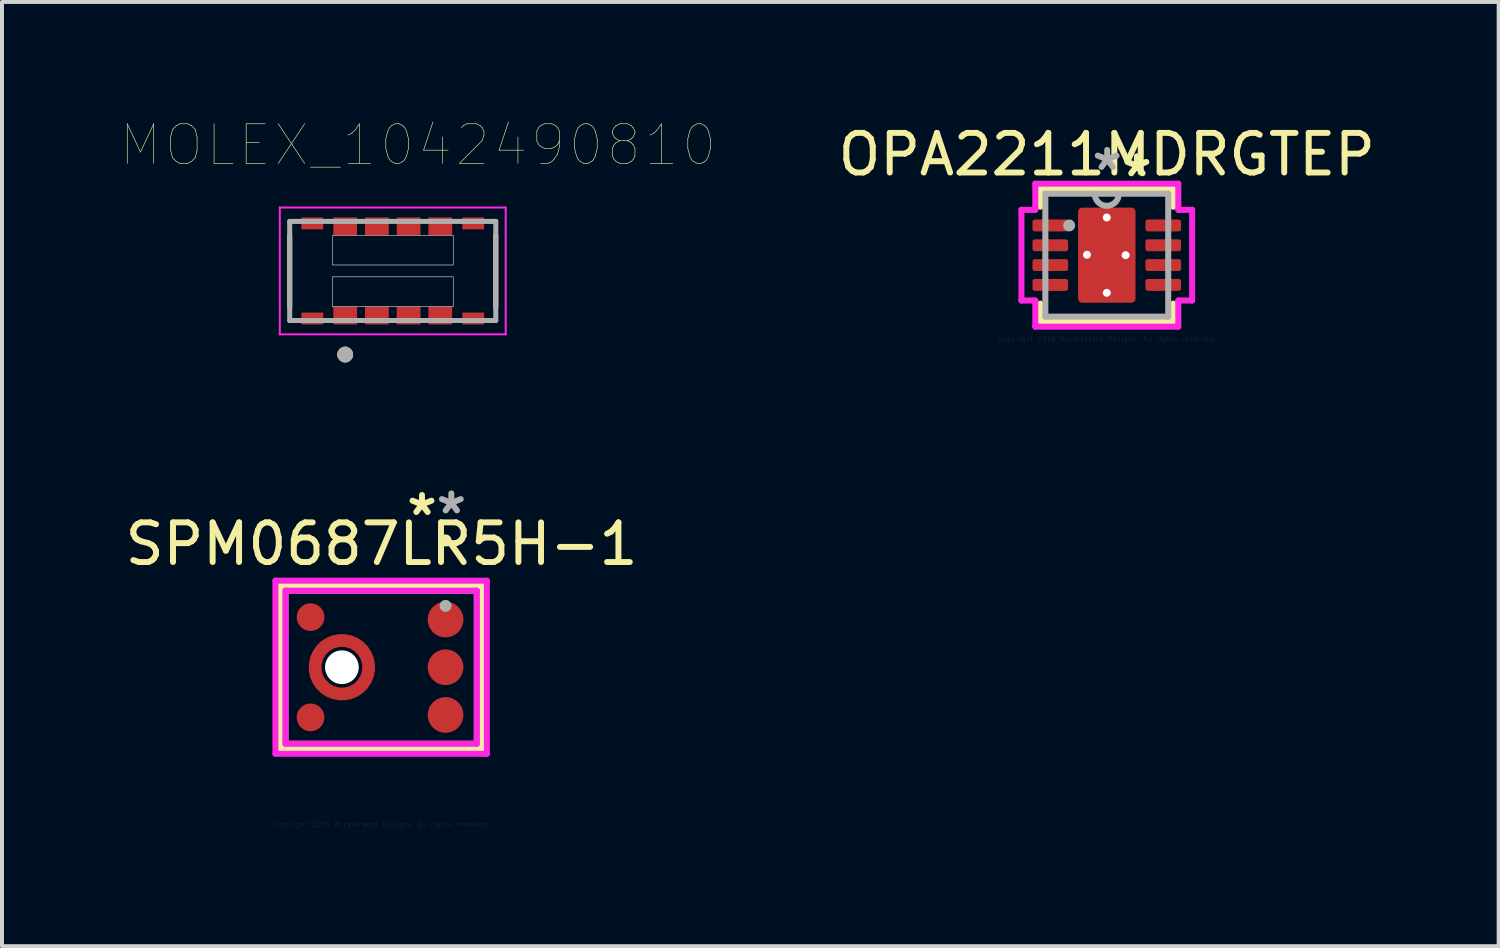
<source format=kicad_pcb>
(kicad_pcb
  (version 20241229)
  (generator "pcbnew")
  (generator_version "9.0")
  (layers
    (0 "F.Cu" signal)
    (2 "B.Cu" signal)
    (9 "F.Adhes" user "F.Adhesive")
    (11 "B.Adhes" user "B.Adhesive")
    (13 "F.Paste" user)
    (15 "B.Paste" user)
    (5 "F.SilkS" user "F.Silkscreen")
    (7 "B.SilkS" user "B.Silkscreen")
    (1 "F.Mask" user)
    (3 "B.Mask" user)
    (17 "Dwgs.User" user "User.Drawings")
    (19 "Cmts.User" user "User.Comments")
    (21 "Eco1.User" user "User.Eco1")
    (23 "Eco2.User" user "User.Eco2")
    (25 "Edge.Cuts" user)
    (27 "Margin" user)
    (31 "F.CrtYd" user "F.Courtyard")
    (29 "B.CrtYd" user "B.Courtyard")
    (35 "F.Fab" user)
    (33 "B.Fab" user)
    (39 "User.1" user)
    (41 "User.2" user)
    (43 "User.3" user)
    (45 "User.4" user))
  (footprint "MOLEX_1042490810"
    (layer "F.Cu")
    (at 6.859 3.786)
    (property "Reference" "MOLEX_1042490810" (at 0.635 -3.175 0) (layer "F.SilkS") (effects (font (size 1 1) (thickness 0.015))))
    (attr through_hole)
    (fp_poly (pts (xy -1.5 -1.35) (xy -0.9 -1.35) (xy -0.9 -0.9) (xy -1.5 -0.9)) (stroke (width 0.01) (type solid)) (fill yes) (layer "F.Mask"))
    (fp_poly (pts (xy -1.5 0.9) (xy -0.9 0.9) (xy -0.9 1.35) (xy -1.5 1.35)) (stroke (width 0.01) (type solid)) (fill yes) (layer "F.Mask"))
    (fp_poly (pts (xy -0.7 -1.35) (xy -0.1 -1.35) (xy -0.1 -0.9) (xy -0.7 -0.9)) (stroke (width 0.01) (type solid)) (fill yes) (layer "F.Mask"))
    (fp_poly (pts (xy -0.7 0.9) (xy -0.1 0.9) (xy -0.1 1.35) (xy -0.7 1.35)) (stroke (width 0.01) (type solid)) (fill yes) (layer "F.Mask"))
    (fp_poly (pts (xy 0.1 -1.35) (xy 0.7 -1.35) (xy 0.7 -0.9) (xy 0.1 -0.9)) (stroke (width 0.01) (type solid)) (fill yes) (layer "F.Mask"))
    (fp_poly (pts (xy 0.1 0.9) (xy 0.7 0.9) (xy 0.7 1.35) (xy 0.1 1.35)) (stroke (width 0.01) (type solid)) (fill yes) (layer "F.Mask"))
    (fp_poly (pts (xy 0.9 -1.35) (xy 1.5 -1.35) (xy 1.5 -0.9) (xy 0.9 -0.9)) (stroke (width 0.01) (type solid)) (fill yes) (layer "F.Mask"))
    (fp_poly (pts (xy 0.9 0.9) (xy 1.5 0.9) (xy 1.5 1.35) (xy 0.9 1.35)) (stroke (width 0.01) (type solid)) (fill yes) (layer "F.Mask"))
    (fp_line (start -2.6 -0.9) (end -2.6 0.9) (stroke (width 0.127) (type solid)) (layer "F.SilkS"))
    (fp_line (start 2.6 -0.9) (end 2.6 0.9) (stroke (width 0.127) (type solid)) (layer "F.SilkS"))
    (fp_circle (center -1.2 2.11) (end -1.1 2.11) (stroke (width 0.2) (type solid)) (fill no) (layer "F.SilkS"))
    (fp_poly (pts (xy -2.25 -1.32) (xy -1.81 -1.32) (xy -1.81 -1.08) (xy -2.25 -1.08)) (stroke (width 0.01) (type solid)) (fill yes) (layer "F.Paste"))
    (fp_poly (pts (xy -2.25 1.08) (xy -1.81 1.08) (xy -1.81 1.32) (xy -2.25 1.32)) (stroke (width 0.01) (type solid)) (fill yes) (layer "F.Paste"))
    (fp_poly (pts (xy -1.44 -1.305) (xy -0.96 -1.305) (xy -0.96 -0.945) (xy -1.44 -0.945)) (stroke (width 0.01) (type solid)) (fill yes) (layer "F.Paste"))
    (fp_poly (pts (xy -1.44 0.945) (xy -0.96 0.945) (xy -0.96 1.305) (xy -1.44 1.305)) (stroke (width 0.01) (type solid)) (fill yes) (layer "F.Paste"))
    (fp_poly (pts (xy -0.64 -1.305) (xy -0.16 -1.305) (xy -0.16 -0.945) (xy -0.64 -0.945)) (stroke (width 0.01) (type solid)) (fill yes) (layer "F.Paste"))
    (fp_poly (pts (xy -0.64 0.945) (xy -0.16 0.945) (xy -0.16 1.305) (xy -0.64 1.305)) (stroke (width 0.01) (type solid)) (fill yes) (layer "F.Paste"))
    (fp_poly (pts (xy 0.16 -1.305) (xy 0.64 -1.305) (xy 0.64 -0.945) (xy 0.16 -0.945)) (stroke (width 0.01) (type solid)) (fill yes) (layer "F.Paste"))
    (fp_poly (pts (xy 0.16 0.945) (xy 0.64 0.945) (xy 0.64 1.305) (xy 0.16 1.305)) (stroke (width 0.01) (type solid)) (fill yes) (layer "F.Paste"))
    (fp_poly (pts (xy 0.96 -1.305) (xy 1.44 -1.305) (xy 1.44 -0.945) (xy 0.96 -0.945)) (stroke (width 0.01) (type solid)) (fill yes) (layer "F.Paste"))
    (fp_poly (pts (xy 0.96 0.945) (xy 1.44 0.945) (xy 1.44 1.305) (xy 0.96 1.305)) (stroke (width 0.01) (type solid)) (fill yes) (layer "F.Paste"))
    (fp_poly (pts (xy 1.81 -1.32) (xy 2.25 -1.32) (xy 2.25 -1.08) (xy 1.81 -1.08)) (stroke (width 0.01) (type solid)) (fill yes) (layer "F.Paste"))
    (fp_poly (pts (xy 1.81 1.08) (xy 2.25 1.08) (xy 2.25 1.32) (xy 1.81 1.32)) (stroke (width 0.01) (type solid)) (fill yes) (layer "F.Paste"))
    (fp_poly (pts (xy -1.525 -0.9) (xy 1.525 -0.9) (xy 1.525 -0.15) (xy -1.525 -0.15)) (stroke (width 0.01) (type solid)) (fill no) (layer "Dwgs.User"))
    (fp_poly (pts (xy -1.525 -0.9) (xy 1.525 -0.9) (xy 1.525 -0.15) (xy -1.525 -0.15)) (stroke (width 0.01) (type solid)) (fill no) (layer "Dwgs.User"))
    (fp_poly (pts (xy -1.525 0.15) (xy 1.525 0.15) (xy 1.525 0.9) (xy -1.525 0.9)) (stroke (width 0.01) (type solid)) (fill no) (layer "Dwgs.User"))
    (fp_poly (pts (xy -1.525 0.15) (xy 1.525 0.15) (xy 1.525 0.9) (xy -1.525 0.9)) (stroke (width 0.01) (type solid)) (fill no) (layer "Dwgs.User"))
    (fp_line (start -2.85 -1.6) (end 2.85 -1.6) (stroke (width 0.05) (type solid)) (layer "F.CrtYd"))
    (fp_line (start -2.85 1.6) (end -2.85 -1.6) (stroke (width 0.05) (type solid)) (layer "F.CrtYd"))
    (fp_line (start 2.85 -1.6) (end 2.85 1.6) (stroke (width 0.05) (type solid)) (layer "F.CrtYd"))
    (fp_line (start 2.85 1.6) (end -2.85 1.6) (stroke (width 0.05) (type solid)) (layer "F.CrtYd"))
    (fp_line (start -2.6 -1.25) (end 2.6 -1.25) (stroke (width 0.127) (type solid)) (layer "F.Fab"))
    (fp_line (start -2.6 1.25) (end -2.6 -1.25) (stroke (width 0.127) (type solid)) (layer "F.Fab"))
    (fp_line (start 2.6 -1.25) (end 2.6 1.25) (stroke (width 0.127) (type solid)) (layer "F.Fab"))
    (fp_line (start 2.6 1.25) (end -2.6 1.25) (stroke (width 0.127) (type solid)) (layer "F.Fab"))
    (fp_circle (center -1.2 2.11) (end -1.1 2.11) (stroke (width 0.2) (type solid)) (fill no) (layer "F.Fab"))
    (pad "1" smd rect (at -1.2 1.125) (size 0.6 0.45) (layers "F.Cu"))
    (pad "2" smd rect (at -1.2 -1.125) (size 0.6 0.45) (layers "F.Cu"))
    (pad "3" smd rect (at -0.4 1.125) (size 0.6 0.45) (layers "F.Cu"))
    (pad "4" smd rect (at -0.4 -1.125) (size 0.6 0.45) (layers "F.Cu"))
    (pad "5" smd rect (at 0.4 1.125) (size 0.6 0.45) (layers "F.Cu"))
    (pad "6" smd rect (at 0.4 -1.125) (size 0.6 0.45) (layers "F.Cu"))
    (pad "7" smd rect (at 1.2 1.125) (size 0.6 0.45) (layers "F.Cu"))
    (pad "8" smd rect (at 1.2 -1.125) (size 0.6 0.45) (layers "F.Cu"))
    (pad "S1" smd rect (at -2.03 -1.2) (size 0.55 0.3) (layers "F.Cu" "F.Mask"))
    (pad "S2" smd rect (at 2.03 -1.2) (size 0.55 0.3) (layers "F.Cu" "F.Mask"))
    (pad "S3" smd rect (at 2.03 1.2) (size 0.55 0.3) (layers "F.Cu" "F.Mask"))
    (pad "S4" smd rect (at -2.03 1.2) (size 0.55 0.3) (layers "F.Cu" "F.Mask")))
  (footprint "SPM0687LR5H-1"
    (layer "F.Cu")
    (at 6.567 13.785)
    (property "Reference" "SPM0687LR5H-1" (at 0.01 -3.11 0) (layer "F.SilkS") (effects (font (size 1 1) (thickness 0.15))))
    (attr through_hole)
    (fp_line (start -2.54 -2.057) (end -2.54 2.057) (stroke (width 0.152) (type solid)) (layer "F.SilkS"))
    (fp_line (start -2.54 2.057) (end 2.54 2.057) (stroke (width 0.152) (type solid)) (layer "F.SilkS"))
    (fp_line (start 2.54 -2.057) (end -2.54 -2.057) (stroke (width 0.152) (type solid)) (layer "F.SilkS"))
    (fp_line (start 2.54 2.057) (end 2.54 -2.057) (stroke (width 0.152) (type solid)) (layer "F.SilkS"))
    (fp_circle (center 1.625 -3.2) (end 1.701 -3.2) (stroke (width 0.152) (type solid)) (fill no) (layer "F.SilkS"))
    (fp_arc (start -1.627234 -0.221872) (mid -1.473857 -0.469968) (end -1.23 -0.63) (stroke (width 0.3) (type solid)) (layer "F.Paste"))
    (fp_arc (start -1.211463 0.636111) (mid -1.459639 0.483341) (end -1.62 0.24) (stroke (width 0.3) (type solid)) (layer "F.Paste"))
    (fp_arc (start -0.769252 -0.637643) (mid -0.520548 -0.484186) (end -0.36 -0.24) (stroke (width 0.3) (type solid)) (layer "F.Paste"))
    (fp_arc (start -0.35348 0.220339) (mid -0.50633 0.469123) (end -0.75 0.63) (stroke (width 0.3) (type solid)) (layer "F.Paste"))
    (fp_line (start -2.667 -2.184) (end 2.667 -2.184) (stroke (width 0.152) (type solid)) (layer "F.CrtYd"))
    (fp_line (start -2.667 2.184) (end -2.667 -2.184) (stroke (width 0.152) (type solid)) (layer "F.CrtYd"))
    (fp_line (start -2.413 -1.93) (end 2.413 -1.93) (stroke (width 0.152) (type solid)) (layer "F.CrtYd"))
    (fp_line (start -2.413 1.93) (end -2.413 -1.93) (stroke (width 0.152) (type solid)) (layer "F.CrtYd"))
    (fp_line (start 2.413 -1.93) (end 2.413 1.93) (stroke (width 0.152) (type solid)) (layer "F.CrtYd"))
    (fp_line (start 2.413 1.93) (end -2.413 1.93) (stroke (width 0.152) (type solid)) (layer "F.CrtYd"))
    (fp_line (start 2.667 -2.184) (end 2.667 2.184) (stroke (width 0.152) (type solid)) (layer "F.CrtYd"))
    (fp_line (start 2.667 2.184) (end -2.667 2.184) (stroke (width 0.152) (type solid)) (layer "F.CrtYd"))
    (fp_line (start -2.413 -1.93) (end -2.413 1.93) (stroke (width 0.152) (type solid)) (layer "F.Fab"))
    (fp_line (start -2.413 1.93) (end 2.413 1.93) (stroke (width 0.152) (type solid)) (layer "F.Fab"))
    (fp_line (start 2.413 -1.93) (end -2.413 -1.93) (stroke (width 0.152) (type solid)) (layer "F.Fab"))
    (fp_line (start 2.413 1.93) (end 2.413 -1.93) (stroke (width 0.152) (type solid)) (layer "F.Fab"))
    (fp_circle (center 1.625 -1.549) (end 1.701 -1.549) (stroke (width 0.152) (type solid)) (fill no) (layer "F.Fab"))
    (fp_text user "*" (at 1.03 -3.8 0) (layer "F.SilkS") (effects (font (size 1 1) (thickness 0.15))))
    (fp_text user "Copyright 2016 Accelerated Designs. All rights reserved." (at 0 3.96 0) (layer "Cmts.User") (effects (font (size 0.127 0.127) (thickness 0.002))))
    (fp_text user "*" (at 1.77 -3.84 0) (layer "F.Fab") (effects (font (size 1 1) (thickness 0.15))))
    (pad "" smd circle (at -1.781 -1.265) (size 0.6 0.6) (layers "F.Paste"))
    (pad "" smd circle (at -1.781 1.265) (size 0.6 0.6) (layers "F.Paste"))
    (pad "" np_thru_hole circle (at -0.991 0) (size 0.85 0.85) (drill 0.85) (layers "*.Cu" "*.Mask"))
    (pad "" smd circle (at 1.625 -1.204) (size 0.8 0.8) (layers "F.Paste"))
    (pad "" smd circle (at 1.625 0) (size 0.8 0.8) (layers "F.Paste"))
    (pad "" smd circle (at 1.625 1.204) (size 0.8 0.8) (layers "F.Paste"))
    (pad "1" smd circle (at 1.625 -1.204) (size 0.9 0.9) (layers "F.Cu" "F.Mask"))
    (pad "2" smd circle (at -1.781 -1.265) (size 0.7 0.7) (layers "F.Cu" "F.Mask"))
    (pad "3" smd custom (at -0.316 0) (size 0.1 0.1) (layers "F.Cu" "F.Mask") (options (anchor circle)) (primitives (gr_circle (center -0.675 0) (end 0 0) (width 0.326) (fill no))))
    (pad "4" smd circle (at -1.781 1.265) (size 0.7 0.7) (layers "F.Cu" "F.Mask"))
    (pad "5" smd circle (at 1.625 1.204) (size 0.9 0.9) (layers "F.Cu" "F.Mask"))
    (pad "6" smd circle (at 1.625 0) (size 0.9 0.9) (layers "F.Cu" "F.Mask")))
  (footprint "OPA2211MDRGTEP"
    (layer "F.Cu")
    (at 24.875 3.388)
    (property "Reference" "OPA2211MDRGTEP" (at 0 -2.54 0) (layer "F.SilkS") (effects (font (size 1 1) (thickness 0.15))))
    (attr through_hole)
    (fp_line (start -1.677 -1.677) (end -1.677 -1.223) (stroke (width 0.152) (type solid)) (layer "F.SilkS"))
    (fp_line (start -1.677 1.223) (end -1.677 1.677) (stroke (width 0.152) (type solid)) (layer "F.SilkS"))
    (fp_line (start -1.677 1.677) (end 1.677 1.677) (stroke (width 0.152) (type solid)) (layer "F.SilkS"))
    (fp_line (start 1.677 -1.677) (end -1.677 -1.677) (stroke (width 0.152) (type solid)) (layer "F.SilkS"))
    (fp_line (start 1.677 -1.223) (end 1.677 -1.677) (stroke (width 0.152) (type solid)) (layer "F.SilkS"))
    (fp_line (start 1.677 1.677) (end 1.677 1.223) (stroke (width 0.152) (type solid)) (layer "F.SilkS"))
    (fp_line (start -2.154 -1.144) (end -1.804 -1.144) (stroke (width 0.152) (type solid)) (layer "F.CrtYd"))
    (fp_line (start -2.154 1.144) (end -2.154 -1.144) (stroke (width 0.152) (type solid)) (layer "F.CrtYd"))
    (fp_line (start -1.804 -1.804) (end 1.804 -1.804) (stroke (width 0.152) (type solid)) (layer "F.CrtYd"))
    (fp_line (start -1.804 -1.144) (end -1.804 -1.804) (stroke (width 0.152) (type solid)) (layer "F.CrtYd"))
    (fp_line (start -1.804 1.144) (end -2.154 1.144) (stroke (width 0.152) (type solid)) (layer "F.CrtYd"))
    (fp_line (start -1.804 1.804) (end -1.804 1.144) (stroke (width 0.152) (type solid)) (layer "F.CrtYd"))
    (fp_line (start 1.804 -1.804) (end 1.804 -1.144) (stroke (width 0.152) (type solid)) (layer "F.CrtYd"))
    (fp_line (start 1.804 -1.144) (end 2.154 -1.144) (stroke (width 0.152) (type solid)) (layer "F.CrtYd"))
    (fp_line (start 1.804 1.144) (end 1.804 1.804) (stroke (width 0.152) (type solid)) (layer "F.CrtYd"))
    (fp_line (start 1.804 1.804) (end -1.804 1.804) (stroke (width 0.152) (type solid)) (layer "F.CrtYd"))
    (fp_line (start 2.154 -1.144) (end 2.154 1.144) (stroke (width 0.152) (type solid)) (layer "F.CrtYd"))
    (fp_line (start 2.154 1.144) (end 1.804 1.144) (stroke (width 0.152) (type solid)) (layer "F.CrtYd"))
    (fp_line (start -1.55 -1.55) (end -1.55 1.55) (stroke (width 0.152) (type solid)) (layer "F.Fab"))
    (fp_line (start -1.55 1.55) (end 1.55 1.55) (stroke (width 0.152) (type solid)) (layer "F.Fab"))
    (fp_line (start 1.55 -1.55) (end -1.55 -1.55) (stroke (width 0.152) (type solid)) (layer "F.Fab"))
    (fp_line (start 1.55 1.55) (end 1.55 -1.55) (stroke (width 0.152) (type solid)) (layer "F.Fab"))
    (fp_arc (start 0.3048 -1.549999) (mid 0 -1.245199) (end -0.3048 -1.549999) (stroke (width 0.1524) (type solid)) (layer "F.Fab"))
    (fp_circle (center -0.95 -0.75) (end -0.874 -0.75) (stroke (width 0.152) (type solid)) (fill no) (layer "F.Fab"))
    (fp_text user "*" (at 0.76 -1.95 0) (layer "F.SilkS") (effects (font (size 1 1) (thickness 0.15))))
    (fp_text user "Copyright 2016 Accelerated Designs. All rights reserved." (at 0 2.11 0) (layer "Cmts.User") (effects (font (size 0.127 0.127) (thickness 0.002))))
    (fp_text user "*" (at 0.01 -2.11 0) (layer "F.Fab") (effects (font (size 1 1) (thickness 0.15))))
    (pad "" smd roundrect (at -1.425 -0.75) (size 0.85 0.23) (layers "F.Paste") (roundrect_rratio 0.2))
    (pad "" smd roundrect (at -1.425 -0.75) (size 1 0.4) (layers "F.Mask") (roundrect_rratio 0.2))
    (pad "" smd roundrect (at -1.425 -0.25) (size 0.85 0.23) (layers "F.Paste") (roundrect_rratio 0.2))
    (pad "" smd roundrect (at -1.425 -0.25) (size 1 0.4) (layers "F.Mask") (roundrect_rratio 0.2))
    (pad "" smd roundrect (at -1.425 0.25) (size 0.85 0.23) (layers "F.Paste") (roundrect_rratio 0.2))
    (pad "" smd roundrect (at -1.425 0.25) (size 1 0.4) (layers "F.Mask") (roundrect_rratio 0.2))
    (pad "" smd roundrect (at -1.425 0.75) (size 0.85 0.23) (layers "F.Paste") (roundrect_rratio 0.2))
    (pad "" smd roundrect (at -1.425 0.75) (size 1 0.4) (layers "F.Mask") (roundrect_rratio 0.2))
    (pad "" np_thru_hole circle (at -0.5 -0.01) (size 0.2 0.2) (drill 0.2) (layers "*.Cu" "*.Mask"))
    (pad "" np_thru_hole circle (at 0 -0.95) (size 0.2 0.2) (drill 0.2) (layers "*.Cu" "*.Mask"))
    (pad "" smd roundrect (at 0 -0.635 90) (size 1.07 1.47) (layers "F.Paste") (roundrect_rratio 0.07))
    (pad "" smd roundrect (at 0 0.635 90) (size 1.07 1.47) (layers "F.Paste") (roundrect_rratio 0.07))
    (pad "" np_thru_hole circle (at 0 0.95) (size 0.2 0.2) (drill 0.2) (layers "*.Cu" "*.Mask"))
    (pad "" np_thru_hole circle (at 0.475 0) (size 0.2 0.2) (drill 0.2) (layers "*.Cu" "*.Mask"))
    (pad "" smd roundrect (at 1.425 -0.75) (size 0.85 0.23) (layers "F.Paste") (roundrect_rratio 0.2))
    (pad "" smd roundrect (at 1.425 -0.75) (size 1 0.4) (layers "F.Mask") (roundrect_rratio 0.2))
    (pad "" smd roundrect (at 1.425 -0.25) (size 0.85 0.23) (layers "F.Paste") (roundrect_rratio 0.2))
    (pad "" smd roundrect (at 1.425 -0.25) (size 1 0.4) (layers "F.Mask") (roundrect_rratio 0.2))
    (pad "" smd roundrect (at 1.425 0.25) (size 0.85 0.23) (layers "F.Paste") (roundrect_rratio 0.2))
    (pad "" smd roundrect (at 1.425 0.25) (size 1 0.4) (layers "F.Mask") (roundrect_rratio 0.2))
    (pad "" smd roundrect (at 1.425 0.75) (size 0.85 0.23) (layers "F.Paste") (roundrect_rratio 0.2))
    (pad "" smd roundrect (at 1.425 0.75) (size 1 0.4) (layers "F.Mask") (roundrect_rratio 0.2))
    (pad "1" smd roundrect (at -1.425 -0.75) (size 0.9 0.3) (layers "F.Cu") (roundrect_rratio 0.2))
    (pad "2" smd roundrect (at -1.425 -0.25) (size 0.9 0.3) (layers "F.Cu") (roundrect_rratio 0.2))
    (pad "3" smd roundrect (at -1.425 0.25) (size 0.9 0.3) (layers "F.Cu") (roundrect_rratio 0.2))
    (pad "4" smd roundrect (at -1.425 0.75) (size 0.9 0.3) (layers "F.Cu") (roundrect_rratio 0.2))
    (pad "5" smd roundrect (at 1.425 0.75) (size 0.9 0.3) (layers "F.Cu") (roundrect_rratio 0.2))
    (pad "6" smd roundrect (at 1.425 0.25) (size 0.9 0.3) (layers "F.Cu") (roundrect_rratio 0.2))
    (pad "7" smd roundrect (at 1.425 -0.25) (size 0.9 0.3) (layers "F.Cu") (roundrect_rratio 0.2))
    (pad "8" smd roundrect (at 1.425 -0.75) (size 0.9 0.3) (layers "F.Cu") (roundrect_rratio 0.2))
    (pad "9" smd roundrect (at 0 0) (size 1.45 2.4) (layers "F.Cu" "F.Mask") (roundrect_rratio 0.07)))
  (gr_rect
    (start -3 -3)
    (end 34.762 20.822)
    (stroke (width 0.1) (type default))
    (fill no)
    (layer "Edge.Cuts")))
</source>
